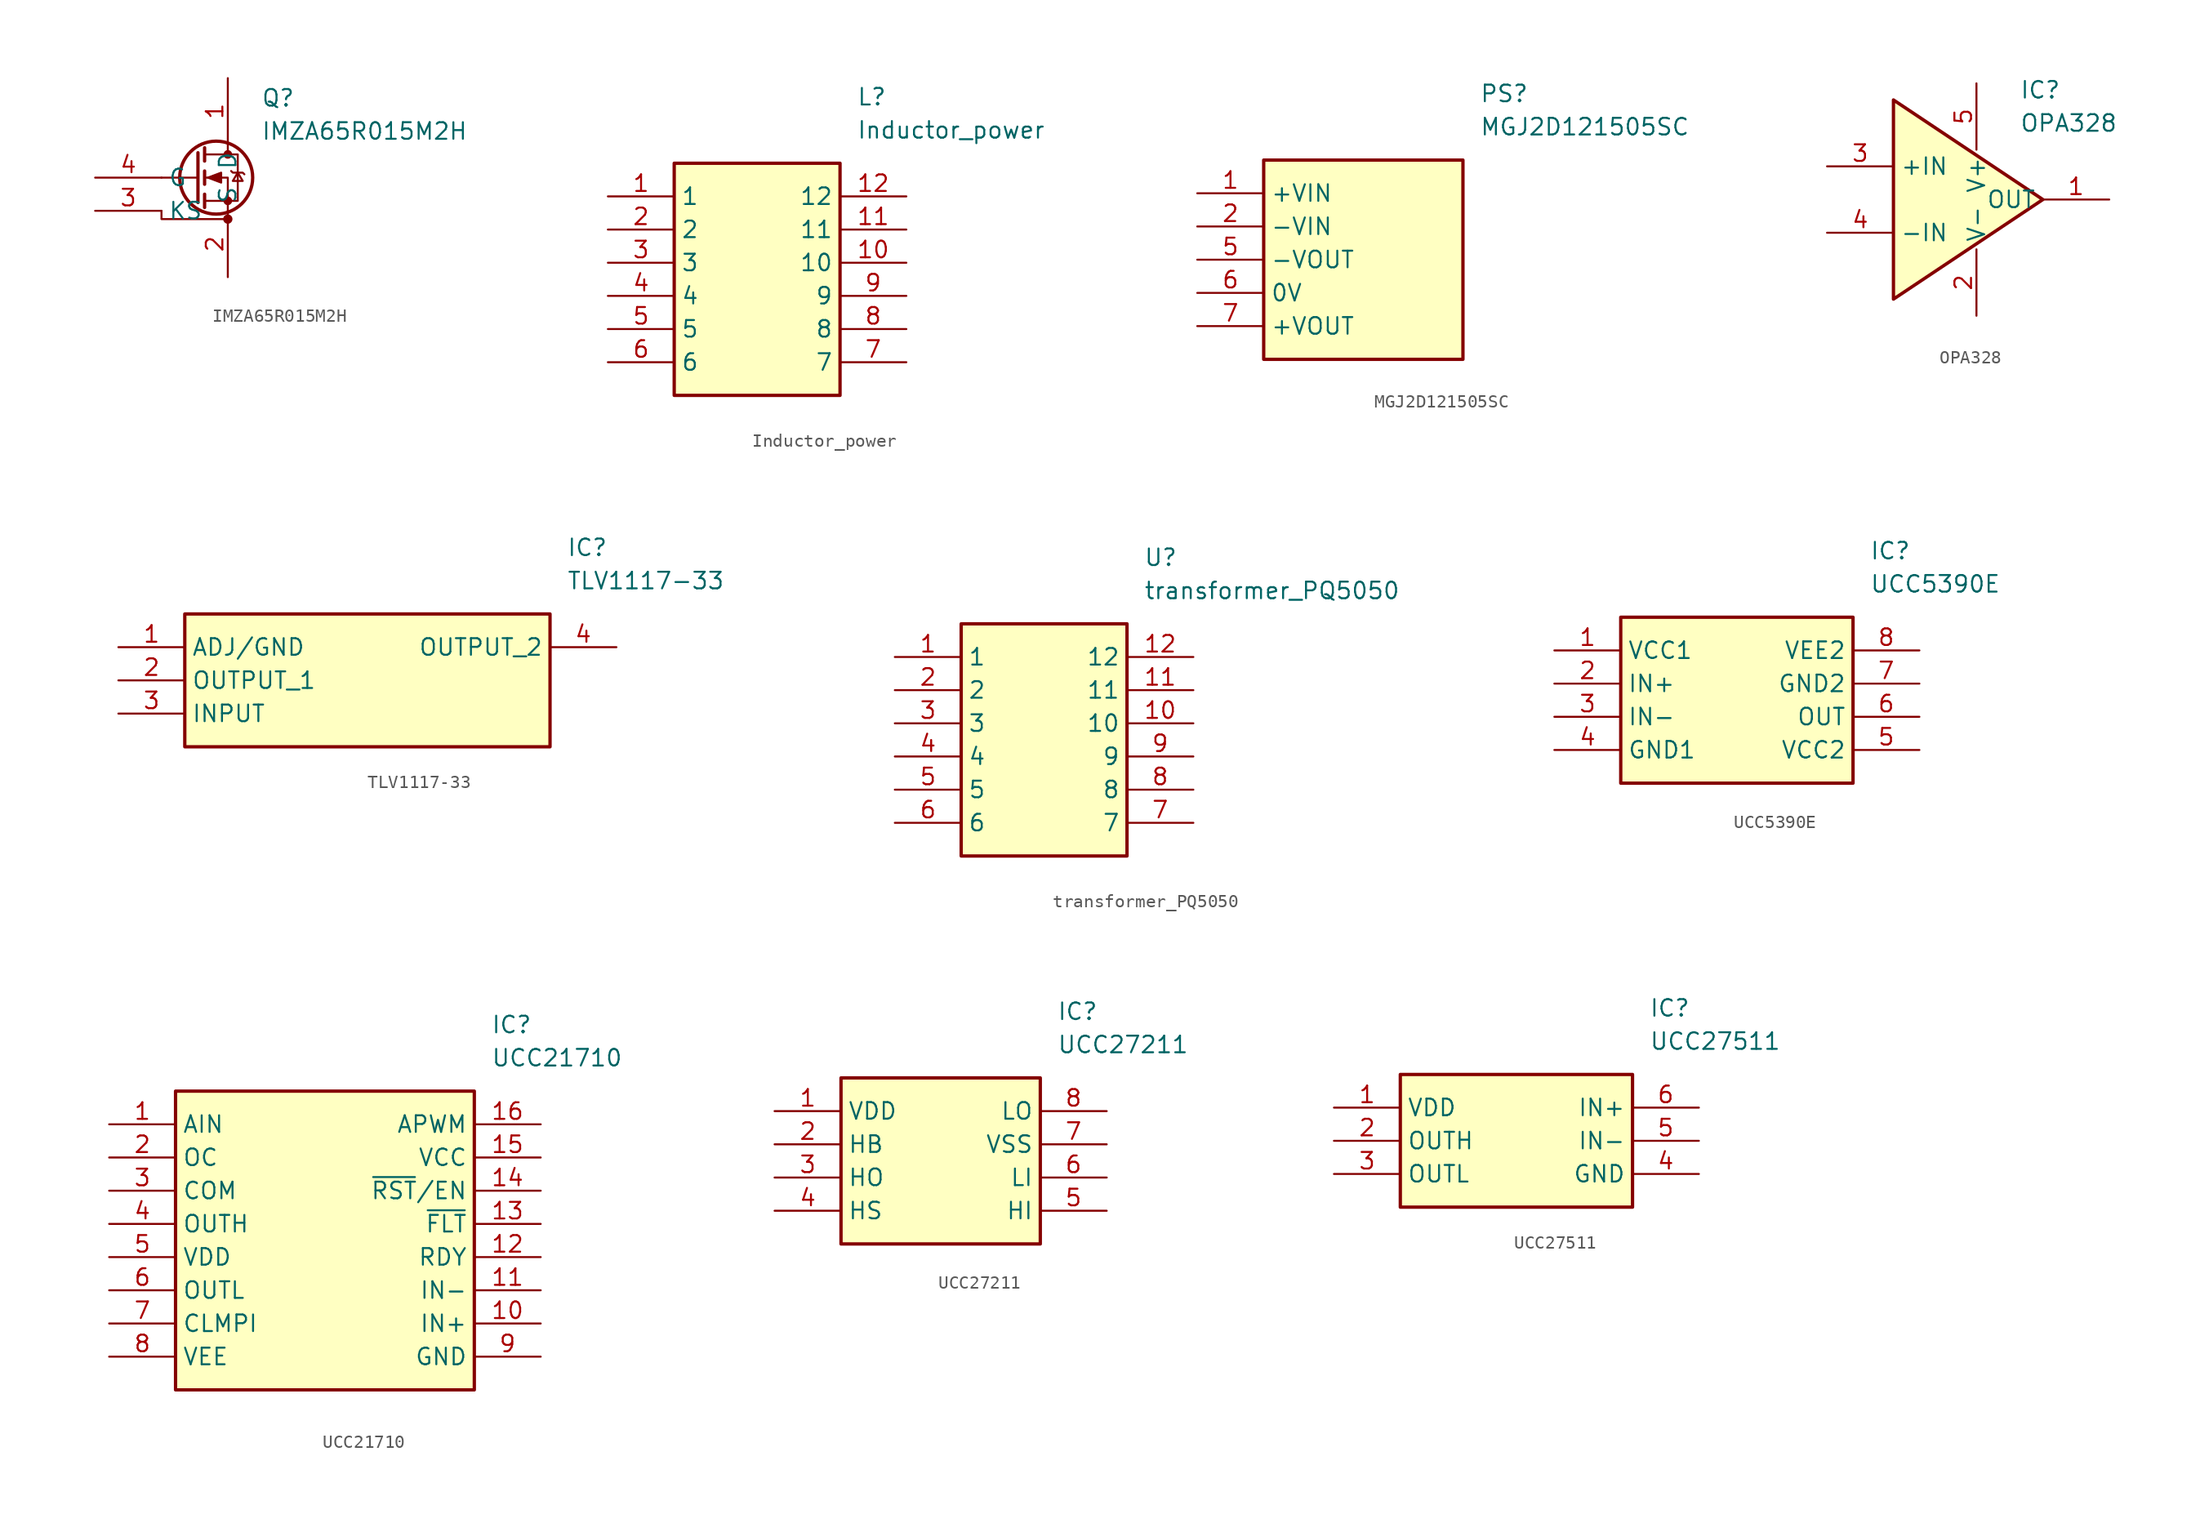
<source format=kicad_sym>
(kicad_symbol_lib
  (version 20241209)
  (generator "kicad_symbol_editor")
  (generator_version "9.0")
  (symbol "IMZA65R015M2H"
    (property "Reference" "Q"
      (at 7.62 6.096 0)
      (effects (font (size 1.27 1.27)) (justify left)))
    (property "Value" "IMZA65R015M2H"
      (at 7.62 3.556 0)
      (effects (font (size 1.27 1.27)) (justify left)))
    (symbol "IMZA65R015M2H_0_1"
      (polyline (pts (xy 0 -2.54) (xy 0 -3.175) (xy 5.08 -3.175)) (stroke (width 0) (type default)) (fill (type none)))
      (polyline (pts (xy 2.794 1.905) (xy 2.794 -1.905)) (stroke (width 0.254) (type default)) (fill (type none)))
      (polyline (pts (xy 2.794 0) (xy 0 0)) (stroke (width 0) (type default)) (fill (type none)))
      (polyline (pts (xy 3.302 2.286) (xy 3.302 1.27)) (stroke (width 0.254) (type default)) (fill (type none)))
      (polyline (pts (xy 3.302 0.508) (xy 3.302 -0.508)) (stroke (width 0.254) (type default)) (fill (type none)))
      (polyline (pts (xy 3.302 -1.27) (xy 3.302 -2.286)) (stroke (width 0.254) (type default)) (fill (type none)))
      (polyline (pts (xy 3.302 -1.778) (xy 5.842 -1.778) (xy 5.842 1.778) (xy 3.302 1.778)) (stroke (width 0) (type default)) (fill (type none)))
      (polyline (pts (xy 3.556 0) (xy 4.572 0.381) (xy 4.572 -0.381) (xy 3.556 0)) (stroke (width 0) (type default)) (fill (type outline)))
      (circle (center 4.191 0) (radius 2.794) (stroke (width 0.254) (type default)) (fill (type none)))
      (polyline (pts (xy 5.08 2.54) (xy 5.08 1.778)) (stroke (width 0) (type default)) (fill (type none)))
      (circle (center 5.08 1.778) (radius 0.254) (stroke (width 0) (type default)) (fill (type outline)))
      (circle (center 5.08 -1.778) (radius 0.254) (stroke (width 0) (type default)) (fill (type outline)))
      (polyline (pts (xy 5.08 -2.54) (xy 5.08 0) (xy 3.302 0)) (stroke (width 0) (type default)) (fill (type none)))
      (circle (center 5.08 -3.175) (radius 0.279) (stroke (width 0) (type default)) (fill (type outline)))
      (polyline (pts (xy 5.334 0.508) (xy 5.461 0.381) (xy 6.223 0.381) (xy 6.35 0.254)) (stroke (width 0) (type default)) (fill (type none)))
      (polyline (pts (xy 5.842 0.381) (xy 5.461 -0.254) (xy 6.223 -0.254) (xy 5.842 0.381)) (stroke (width 0) (type default)) (fill (type none))))
    (symbol "IMZA65R015M2H_1_1"
      (pin passive line (at -5.08 0 0) (length 5.08) (name "G" (effects (font (size 1.27 1.27)))) (number "4" (effects (font (size 1.27 1.27)))))
      (pin passive line (at -5.08 -2.54 0) (length 5.08) (name "KS" (effects (font (size 1.27 1.27)))) (number "3" (effects (font (size 1.27 1.27)))))
      (pin passive line (at 5.08 7.62 270) (length 5.08) (name "D" (effects (font (size 1.27 1.27)))) (number "1" (effects (font (size 1.27 1.27)))))
      (pin passive line (at 5.08 -7.62 90) (length 5.08) (name "S" (effects (font (size 1.27 1.27)))) (number "2" (effects (font (size 1.27 1.27)))))))
  (symbol "Inductor_power"
    (property "Reference" "L"
      (at 19.05 7.62 0)
      (effects (font (size 1.27 1.27)) (justify left)))
    (property "Value" "Inductor_power"
      (at 19.05 5.08 0)
      (effects (font (size 1.27 1.27)) (justify left)))
    (symbol "Inductor_power_1_1"
      (rectangle (start 5.08 2.54) (end 17.78 -15.24) (stroke (width 0.254) (type default)) (fill (type background)))
      (pin passive line (at 0 0 0) (length 5.08) (name "1" (effects (font (size 1.27 1.27)))) (number "1" (effects (font (size 1.27 1.27)))))
      (pin passive line (at 0 -2.54 0) (length 5.08) (name "2" (effects (font (size 1.27 1.27)))) (number "2" (effects (font (size 1.27 1.27)))))
      (pin passive line (at 0 -5.08 0) (length 5.08) (name "3" (effects (font (size 1.27 1.27)))) (number "3" (effects (font (size 1.27 1.27)))))
      (pin passive line (at 0 -7.62 0) (length 5.08) (name "4" (effects (font (size 1.27 1.27)))) (number "4" (effects (font (size 1.27 1.27)))))
      (pin passive line (at 0 -10.16 0) (length 5.08) (name "5" (effects (font (size 1.27 1.27)))) (number "5" (effects (font (size 1.27 1.27)))))
      (pin passive line (at 0 -12.7 0) (length 5.08) (name "6" (effects (font (size 1.27 1.27)))) (number "6" (effects (font (size 1.27 1.27)))))
      (pin passive line (at 22.86 0 180) (length 5.08) (name "12" (effects (font (size 1.27 1.27)))) (number "12" (effects (font (size 1.27 1.27)))))
      (pin passive line (at 22.86 -2.54 180) (length 5.08) (name "11" (effects (font (size 1.27 1.27)))) (number "11" (effects (font (size 1.27 1.27)))))
      (pin passive line (at 22.86 -5.08 180) (length 5.08) (name "10" (effects (font (size 1.27 1.27)))) (number "10" (effects (font (size 1.27 1.27)))))
      (pin passive line (at 22.86 -7.62 180) (length 5.08) (name "9" (effects (font (size 1.27 1.27)))) (number "9" (effects (font (size 1.27 1.27)))))
      (pin passive line (at 22.86 -10.16 180) (length 5.08) (name "8" (effects (font (size 1.27 1.27)))) (number "8" (effects (font (size 1.27 1.27)))))
      (pin passive line (at 22.86 -12.7 180) (length 5.08) (name "7" (effects (font (size 1.27 1.27)))) (number "7" (effects (font (size 1.27 1.27)))))))
  (symbol "MGJ2D121505SC"
    (property "Reference" "PS"
      (at 21.59 7.62 0)
      (effects (font (size 1.27 1.27)) (justify left)))
    (property "Value" "MGJ2D121505SC"
      (at 21.59 5.08 0)
      (effects (font (size 1.27 1.27)) (justify left)))
    (symbol "MGJ2D121505SC_1_1"
      (rectangle (start 5.08 2.54) (end 20.32 -12.7) (stroke (width 0.254) (type default)) (fill (type background)))
      (pin passive line (at 0 0 0) (length 5.08) (name "+VIN" (effects (font (size 1.27 1.27)))) (number "1" (effects (font (size 1.27 1.27)))))
      (pin passive line (at 0 -2.54 0) (length 5.08) (name "-VIN" (effects (font (size 1.27 1.27)))) (number "2" (effects (font (size 1.27 1.27)))))
      (pin passive line (at 0 -5.08 0) (length 5.08) (name "-VOUT" (effects (font (size 1.27 1.27)))) (number "5" (effects (font (size 1.27 1.27)))))
      (pin passive line (at 0 -7.62 0) (length 5.08) (name "0V" (effects (font (size 1.27 1.27)))) (number "6" (effects (font (size 1.27 1.27)))))
      (pin passive line (at 0 -10.16 0) (length 5.08) (name "+VOUT" (effects (font (size 1.27 1.27)))) (number "7" (effects (font (size 1.27 1.27)))))))
  (symbol "OPA328"
    (property "Reference" "IC"
      (at 8.382 9.652 0)
      (effects (font (size 1.27 1.27)) (justify left)))
    (property "Value" "OPA328"
      (at 8.382 7.112 0)
      (effects (font (size 1.27 1.27)) (justify left)))
    (symbol "OPA328_0_1"
      (polyline (pts (xy -1.27 8.89) (xy 10.16 1.27) (xy -1.27 -6.35) (xy -1.27 8.89)) (stroke (width 0.254) (type default)) (fill (type background))))
    (symbol "OPA328_1_1"
      (pin passive line (at -6.35 3.81 0) (length 5.08) (name "+IN" (effects (font (size 1.27 1.27)))) (number "3" (effects (font (size 1.27 1.27)))))
      (pin passive line (at -6.35 -1.27 0) (length 5.08) (name "-IN" (effects (font (size 1.27 1.27)))) (number "4" (effects (font (size 1.27 1.27)))))
      (pin passive line (at 5.08 10.16 270) (length 5.08) (name "V+" (effects (font (size 1.27 1.27)))) (number "5" (effects (font (size 1.27 1.27)))))
      (pin passive line (at 5.08 -7.62 90) (length 5.08) (name "V-" (effects (font (size 1.27 1.27)))) (number "2" (effects (font (size 1.27 1.27)))))
      (pin passive line (at 15.24 1.27 180) (length 5.08) (name "OUT" (effects (font (size 1.27 1.27)))) (number "1" (effects (font (size 1.27 1.27)))))))
  (symbol "TLV1117-33"
    (property "Reference" "IC"
      (at 34.29 7.62 0)
      (effects (font (size 1.27 1.27)) (justify left)))
    (property "Value" "TLV1117-33"
      (at 34.29 5.08 0)
      (effects (font (size 1.27 1.27)) (justify left)))
    (symbol "TLV1117-33_1_1"
      (rectangle (start 5.08 2.54) (end 33.02 -7.62) (stroke (width 0.254) (type default)) (fill (type background)))
      (pin passive line (at 0 0 0) (length 5.08) (name "ADJ/GND" (effects (font (size 1.27 1.27)))) (number "1" (effects (font (size 1.27 1.27)))))
      (pin passive line (at 0 -2.54 0) (length 5.08) (name "OUTPUT_1" (effects (font (size 1.27 1.27)))) (number "2" (effects (font (size 1.27 1.27)))))
      (pin passive line (at 0 -5.08 0) (length 5.08) (name "INPUT" (effects (font (size 1.27 1.27)))) (number "3" (effects (font (size 1.27 1.27)))))
      (pin passive line (at 38.1 0 180) (length 5.08) (name "OUTPUT_2" (effects (font (size 1.27 1.27)))) (number "4" (effects (font (size 1.27 1.27)))))))
  (symbol "transformer_PQ5050"
    (property "Reference" "U"
      (at 19.05 7.62 0)
      (effects (font (size 1.27 1.27)) (justify left)))
    (property "Value" "transformer_PQ5050"
      (at 19.05 5.08 0)
      (effects (font (size 1.27 1.27)) (justify left)))
    (symbol "transformer_PQ5050_1_1"
      (rectangle (start 5.08 2.54) (end 17.78 -15.24) (stroke (width 0.254) (type default)) (fill (type background)))
      (pin passive line (at 0 0 0) (length 5.08) (name "1" (effects (font (size 1.27 1.27)))) (number "1" (effects (font (size 1.27 1.27)))))
      (pin passive line (at 0 -2.54 0) (length 5.08) (name "2" (effects (font (size 1.27 1.27)))) (number "2" (effects (font (size 1.27 1.27)))))
      (pin passive line (at 0 -5.08 0) (length 5.08) (name "3" (effects (font (size 1.27 1.27)))) (number "3" (effects (font (size 1.27 1.27)))))
      (pin passive line (at 0 -7.62 0) (length 5.08) (name "4" (effects (font (size 1.27 1.27)))) (number "4" (effects (font (size 1.27 1.27)))))
      (pin passive line (at 0 -10.16 0) (length 5.08) (name "5" (effects (font (size 1.27 1.27)))) (number "5" (effects (font (size 1.27 1.27)))))
      (pin passive line (at 0 -12.7 0) (length 5.08) (name "6" (effects (font (size 1.27 1.27)))) (number "6" (effects (font (size 1.27 1.27)))))
      (pin passive line (at 22.86 0 180) (length 5.08) (name "12" (effects (font (size 1.27 1.27)))) (number "12" (effects (font (size 1.27 1.27)))))
      (pin passive line (at 22.86 -2.54 180) (length 5.08) (name "11" (effects (font (size 1.27 1.27)))) (number "11" (effects (font (size 1.27 1.27)))))
      (pin passive line (at 22.86 -5.08 180) (length 5.08) (name "10" (effects (font (size 1.27 1.27)))) (number "10" (effects (font (size 1.27 1.27)))))
      (pin passive line (at 22.86 -7.62 180) (length 5.08) (name "9" (effects (font (size 1.27 1.27)))) (number "9" (effects (font (size 1.27 1.27)))))
      (pin passive line (at 22.86 -10.16 180) (length 5.08) (name "8" (effects (font (size 1.27 1.27)))) (number "8" (effects (font (size 1.27 1.27)))))
      (pin passive line (at 22.86 -12.7 180) (length 5.08) (name "7" (effects (font (size 1.27 1.27)))) (number "7" (effects (font (size 1.27 1.27)))))))
  (symbol "UCC5390E"
    (property "Reference" "IC"
      (at 24.13 7.62 0)
      (effects (font (size 1.27 1.27)) (justify left)))
    (property "Value" "UCC5390E"
      (at 24.13 5.08 0)
      (effects (font (size 1.27 1.27)) (justify left)))
    (symbol "UCC5390E_1_1"
      (rectangle (start 5.08 2.54) (end 22.86 -10.16) (stroke (width 0.254) (type default)) (fill (type background)))
      (pin passive line (at 0 0 0) (length 5.08) (name "VCC1" (effects (font (size 1.27 1.27)))) (number "1" (effects (font (size 1.27 1.27)))))
      (pin passive line (at 0 -2.54 0) (length 5.08) (name "IN+" (effects (font (size 1.27 1.27)))) (number "2" (effects (font (size 1.27 1.27)))))
      (pin passive line (at 0 -5.08 0) (length 5.08) (name "IN-" (effects (font (size 1.27 1.27)))) (number "3" (effects (font (size 1.27 1.27)))))
      (pin passive line (at 0 -7.62 0) (length 5.08) (name "GND1" (effects (font (size 1.27 1.27)))) (number "4" (effects (font (size 1.27 1.27)))))
      (pin passive line (at 27.94 0 180) (length 5.08) (name "VEE2" (effects (font (size 1.27 1.27)))) (number "8" (effects (font (size 1.27 1.27)))))
      (pin passive line (at 27.94 -2.54 180) (length 5.08) (name "GND2" (effects (font (size 1.27 1.27)))) (number "7" (effects (font (size 1.27 1.27)))))
      (pin passive line (at 27.94 -5.08 180) (length 5.08) (name "OUT" (effects (font (size 1.27 1.27)))) (number "6" (effects (font (size 1.27 1.27)))))
      (pin passive line (at 27.94 -7.62 180) (length 5.08) (name "VCC2" (effects (font (size 1.27 1.27)))) (number "5" (effects (font (size 1.27 1.27)))))))
  (symbol "UCC21710"
    (property "Reference" "IC"
      (at 29.21 7.62 0)
      (effects (font (size 1.27 1.27)) (justify left)))
    (property "Value" "UCC21710"
      (at 29.21 5.08 0)
      (effects (font (size 1.27 1.27)) (justify left)))
    (symbol "UCC21710_1_1"
      (rectangle (start 5.08 2.54) (end 27.94 -20.32) (stroke (width 0.254) (type default)) (fill (type background)))
      (pin passive line (at 0 0 0) (length 5.08) (name "AIN" (effects (font (size 1.27 1.27)))) (number "1" (effects (font (size 1.27 1.27)))))
      (pin passive line (at 0 -2.54 0) (length 5.08) (name "OC" (effects (font (size 1.27 1.27)))) (number "2" (effects (font (size 1.27 1.27)))))
      (pin passive line (at 0 -5.08 0) (length 5.08) (name "COM" (effects (font (size 1.27 1.27)))) (number "3" (effects (font (size 1.27 1.27)))))
      (pin passive line (at 0 -7.62 0) (length 5.08) (name "OUTH" (effects (font (size 1.27 1.27)))) (number "4" (effects (font (size 1.27 1.27)))))
      (pin passive line (at 0 -10.16 0) (length 5.08) (name "VDD" (effects (font (size 1.27 1.27)))) (number "5" (effects (font (size 1.27 1.27)))))
      (pin passive line (at 0 -12.7 0) (length 5.08) (name "OUTL" (effects (font (size 1.27 1.27)))) (number "6" (effects (font (size 1.27 1.27)))))
      (pin passive line (at 0 -15.24 0) (length 5.08) (name "CLMPI" (effects (font (size 1.27 1.27)))) (number "7" (effects (font (size 1.27 1.27)))))
      (pin passive line (at 0 -17.78 0) (length 5.08) (name "VEE" (effects (font (size 1.27 1.27)))) (number "8" (effects (font (size 1.27 1.27)))))
      (pin passive line (at 33.02 0 180) (length 5.08) (name "APWM" (effects (font (size 1.27 1.27)))) (number "16" (effects (font (size 1.27 1.27)))))
      (pin passive line (at 33.02 -2.54 180) (length 5.08) (name "VCC" (effects (font (size 1.27 1.27)))) (number "15" (effects (font (size 1.27 1.27)))))
      (pin passive line (at 33.02 -5.08 180) (length 5.08) (name "~{RST}/EN" (effects (font (size 1.27 1.27)))) (number "14" (effects (font (size 1.27 1.27)))))
      (pin passive line (at 33.02 -7.62 180) (length 5.08) (name "~{FLT}" (effects (font (size 1.27 1.27)))) (number "13" (effects (font (size 1.27 1.27)))))
      (pin passive line (at 33.02 -10.16 180) (length 5.08) (name "RDY" (effects (font (size 1.27 1.27)))) (number "12" (effects (font (size 1.27 1.27)))))
      (pin passive line (at 33.02 -12.7 180) (length 5.08) (name "IN-" (effects (font (size 1.27 1.27)))) (number "11" (effects (font (size 1.27 1.27)))))
      (pin passive line (at 33.02 -15.24 180) (length 5.08) (name "IN+" (effects (font (size 1.27 1.27)))) (number "10" (effects (font (size 1.27 1.27)))))
      (pin passive line (at 33.02 -17.78 180) (length 5.08) (name "GND" (effects (font (size 1.27 1.27)))) (number "9" (effects (font (size 1.27 1.27)))))))
  (symbol "UCC27211"
    (property "Reference" "IC"
      (at 21.59 7.62 0)
      (effects (font (size 1.27 1.27)) (justify left)))
    (property "Value" "UCC27211"
      (at 21.59 5.08 0)
      (effects (font (size 1.27 1.27)) (justify left)))
    (symbol "UCC27211_1_1"
      (rectangle (start 5.08 2.54) (end 20.32 -10.16) (stroke (width 0.254) (type default)) (fill (type background)))
      (pin passive line (at 0 0 0) (length 5.08) (name "VDD" (effects (font (size 1.27 1.27)))) (number "1" (effects (font (size 1.27 1.27)))))
      (pin passive line (at 0 -2.54 0) (length 5.08) (name "HB" (effects (font (size 1.27 1.27)))) (number "2" (effects (font (size 1.27 1.27)))))
      (pin passive line (at 0 -5.08 0) (length 5.08) (name "HO" (effects (font (size 1.27 1.27)))) (number "3" (effects (font (size 1.27 1.27)))))
      (pin passive line (at 0 -7.62 0) (length 5.08) (name "HS" (effects (font (size 1.27 1.27)))) (number "4" (effects (font (size 1.27 1.27)))))
      (pin passive line (at 25.4 0 180) (length 5.08) (name "LO" (effects (font (size 1.27 1.27)))) (number "8" (effects (font (size 1.27 1.27)))))
      (pin passive line (at 25.4 -2.54 180) (length 5.08) (name "VSS" (effects (font (size 1.27 1.27)))) (number "7" (effects (font (size 1.27 1.27)))))
      (pin passive line (at 25.4 -5.08 180) (length 5.08) (name "LI" (effects (font (size 1.27 1.27)))) (number "6" (effects (font (size 1.27 1.27)))))
      (pin passive line (at 25.4 -7.62 180) (length 5.08) (name "HI" (effects (font (size 1.27 1.27)))) (number "5" (effects (font (size 1.27 1.27)))))))
  (symbol "UCC27511"
    (property "Reference" "IC"
      (at 24.13 7.62 0)
      (effects (font (size 1.27 1.27)) (justify left)))
    (property "Value" "UCC27511"
      (at 24.13 5.08 0)
      (effects (font (size 1.27 1.27)) (justify left)))
    (symbol "UCC27511_1_1"
      (rectangle (start 5.08 2.54) (end 22.86 -7.62) (stroke (width 0.254) (type default)) (fill (type background)))
      (pin passive line (at 0 0 0) (length 5.08) (name "VDD" (effects (font (size 1.27 1.27)))) (number "1" (effects (font (size 1.27 1.27)))))
      (pin passive line (at 0 -2.54 0) (length 5.08) (name "OUTH" (effects (font (size 1.27 1.27)))) (number "2" (effects (font (size 1.27 1.27)))))
      (pin passive line (at 0 -5.08 0) (length 5.08) (name "OUTL" (effects (font (size 1.27 1.27)))) (number "3" (effects (font (size 1.27 1.27)))))
      (pin passive line (at 27.94 0 180) (length 5.08) (name "IN+" (effects (font (size 1.27 1.27)))) (number "6" (effects (font (size 1.27 1.27)))))
      (pin passive line (at 27.94 -2.54 180) (length 5.08) (name "IN-" (effects (font (size 1.27 1.27)))) (number "5" (effects (font (size 1.27 1.27)))))
      (pin passive line (at 27.94 -5.08 180) (length 5.08) (name "GND" (effects (font (size 1.27 1.27)))) (number "4" (effects (font (size 1.27 1.27))))))))
</source>
